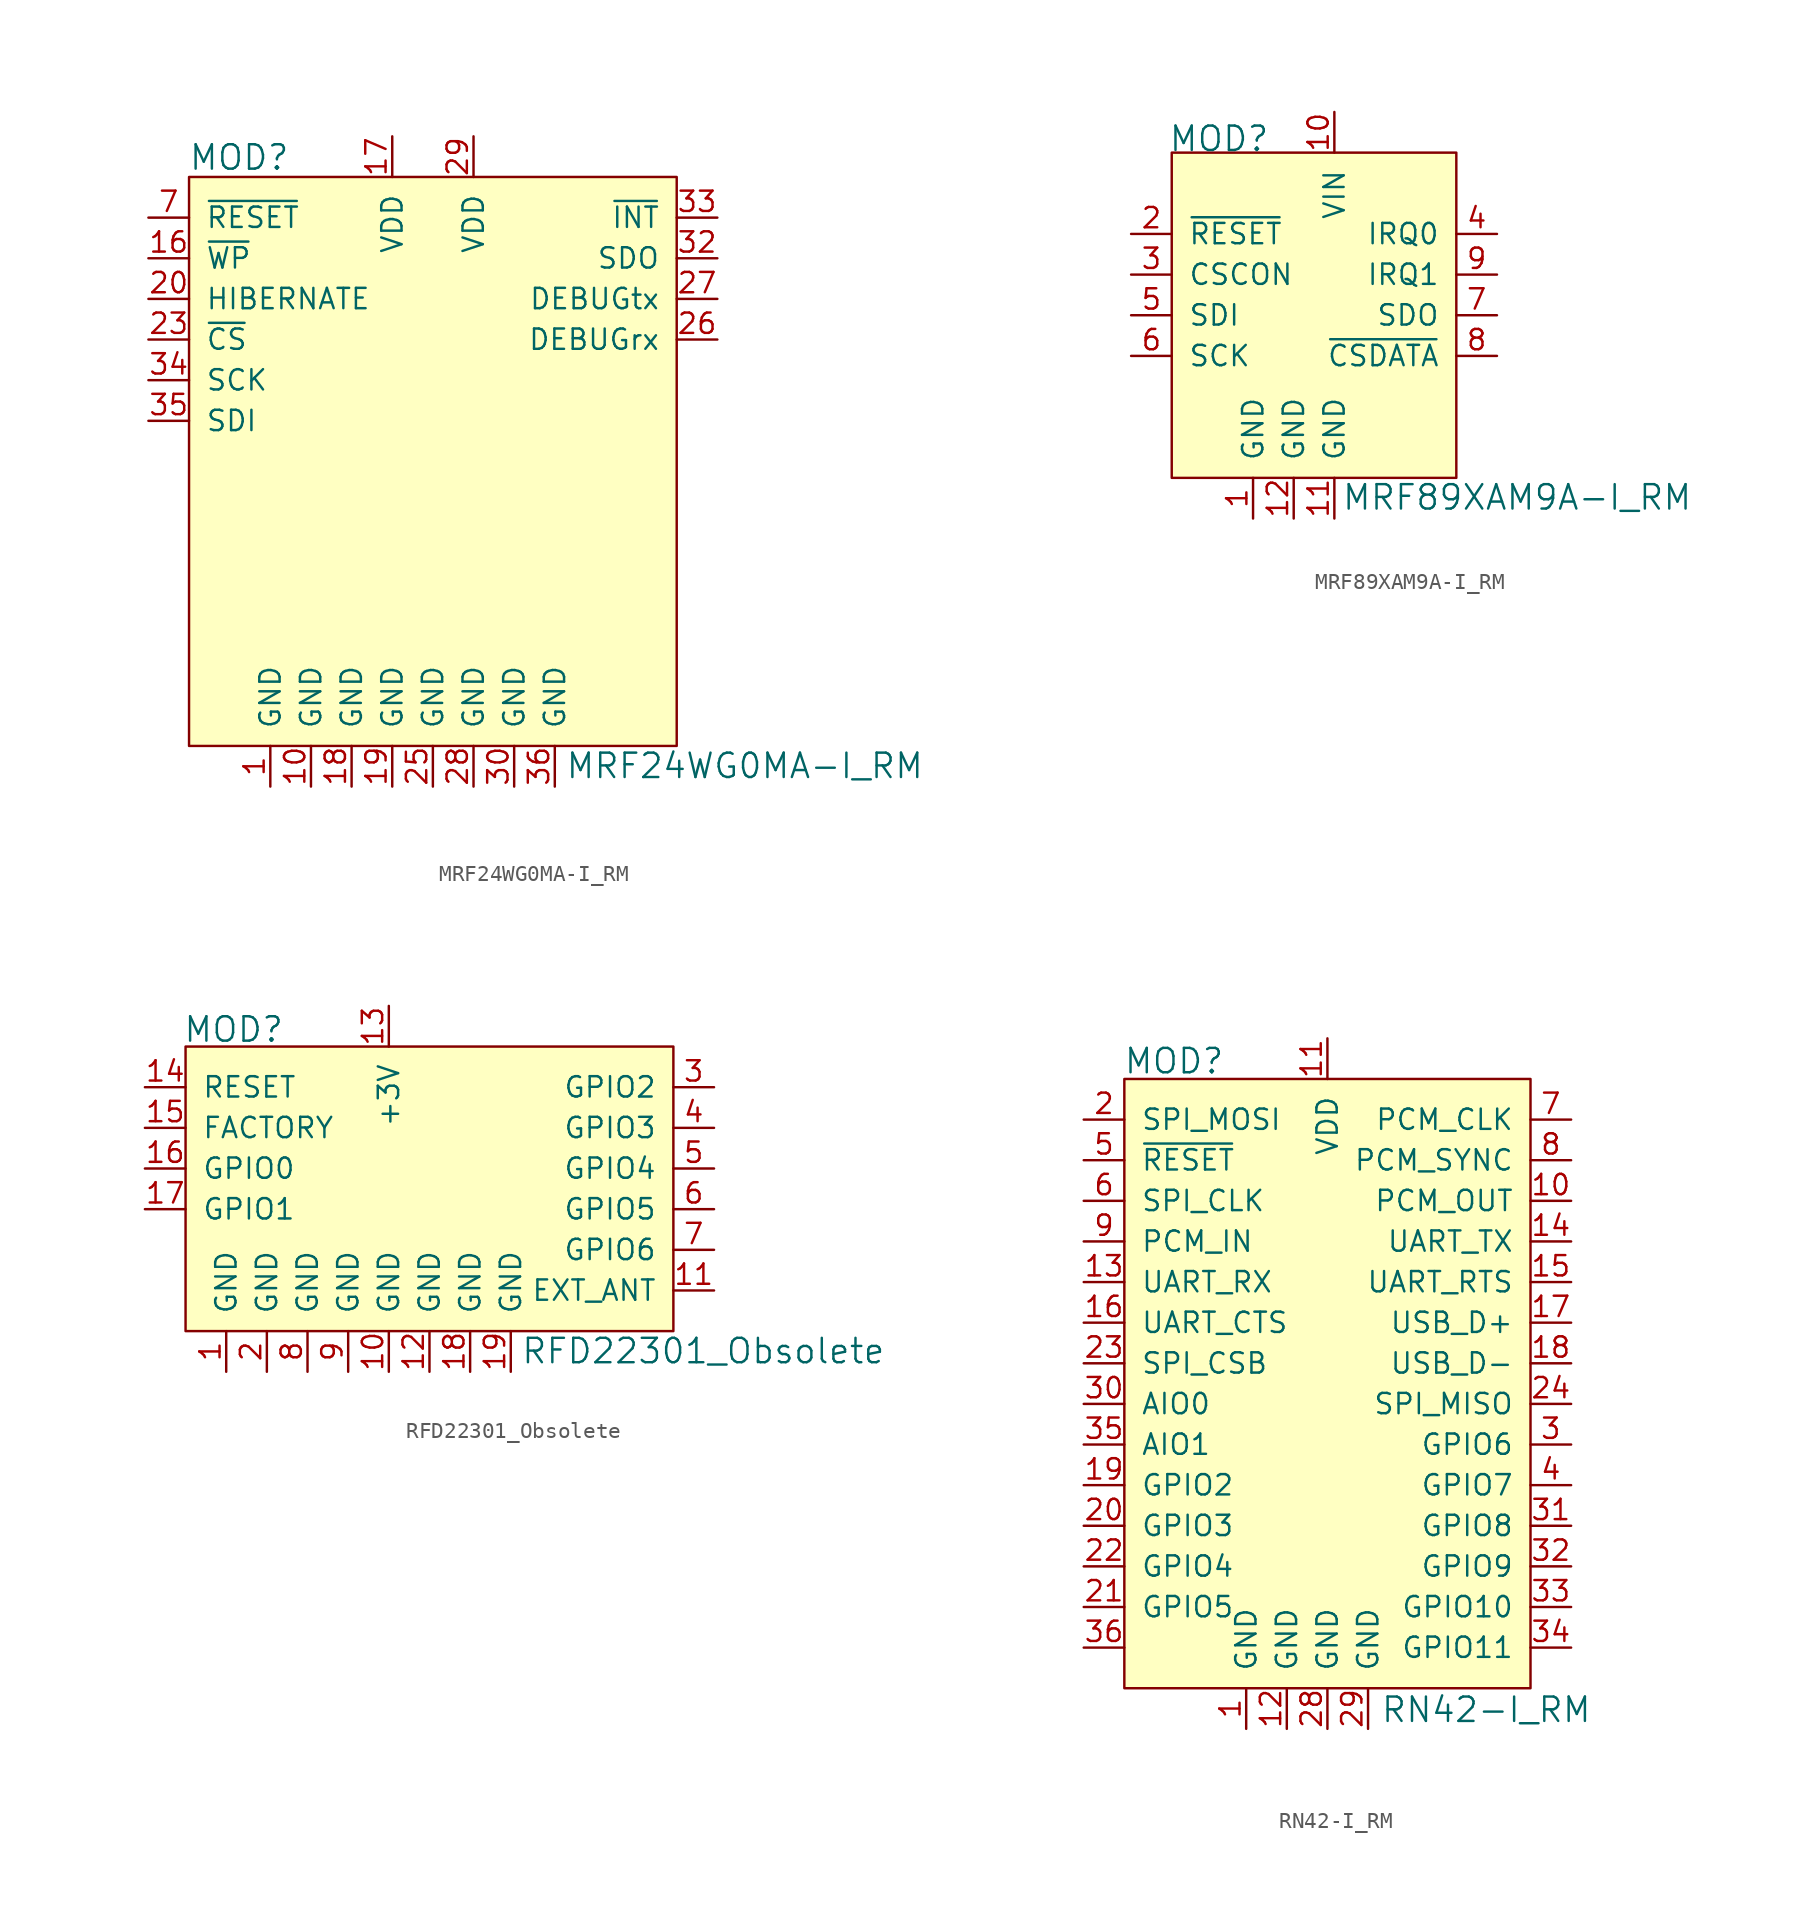
<source format=kicad_sym>
(kicad_symbol_lib
  (version 20211014)
  (generator kicad_symbol_editor)
  (symbol "MRF24WG0MA-I_RM"
    (pin_names
      (offset 1.016))
    (property "Reference" "MOD"
      (at -15.291 18.999 0)
      (effects (font (size 1.524 1.524)) (justify left)))
    (property "Value" "MRF24WG0MA-I_RM"
      (at 8.255 -19.025 0)
      (effects (font (size 1.524 1.524)) (justify left)))
    (symbol "MRF24WG0MA-I_RM_0_1"
      (rectangle (start -15.24 17.78) (end 15.24 -17.78) (stroke (width 0) (type default) (color 0 0 0 0)) (fill (type background))))
    (symbol "MRF24WG0MA-I_RM_1_1"
      (pin power_in line (at -10.16 -20.32 90) (length 2.54) (name "GND" (effects (font (size 1.27 1.27)))) (number "1" (effects (font (size 1.27 1.27)))))
      (pin power_in line (at -7.62 -20.32 90) (length 2.54) (name "GND" (effects (font (size 1.27 1.27)))) (number "10" (effects (font (size 1.27 1.27)))))
      (pin no_connect line (at 15.24 5.08 180) (length 2.54) hide (name "N.C." (effects (font (size 1.27 1.27)))) (number "11" (effects (font (size 1.27 1.27)))))
      (pin no_connect line (at 15.24 2.54 180) (length 2.54) hide (name "N.C." (effects (font (size 1.27 1.27)))) (number "12" (effects (font (size 1.27 1.27)))))
      (pin no_connect line (at 15.24 0 180) (length 2.54) hide (name "N.C." (effects (font (size 1.27 1.27)))) (number "13" (effects (font (size 1.27 1.27)))))
      (pin no_connect line (at 15.24 -2.54 180) (length 2.54) hide (name "N.C." (effects (font (size 1.27 1.27)))) (number "14" (effects (font (size 1.27 1.27)))))
      (pin no_connect line (at 15.24 -5.08 180) (length 2.54) hide (name "N.C." (effects (font (size 1.27 1.27)))) (number "15" (effects (font (size 1.27 1.27)))))
      (pin input line (at -17.78 12.7 0) (length 2.54) (name "~{WP}" (effects (font (size 1.27 1.27)))) (number "16" (effects (font (size 1.27 1.27)))))
      (pin power_in line (at -2.54 20.32 270) (length 2.54) (name "VDD" (effects (font (size 1.27 1.27)))) (number "17" (effects (font (size 1.27 1.27)))))
      (pin power_in line (at -5.08 -20.32 90) (length 2.54) (name "GND" (effects (font (size 1.27 1.27)))) (number "18" (effects (font (size 1.27 1.27)))))
      (pin power_in line (at -2.54 -20.32 90) (length 2.54) (name "GND" (effects (font (size 1.27 1.27)))) (number "19" (effects (font (size 1.27 1.27)))))
      (pin no_connect line (at -15.24 0 0) (length 2.54) hide (name "N.C." (effects (font (size 1.27 1.27)))) (number "2" (effects (font (size 1.27 1.27)))))
      (pin input line (at -17.78 10.16 0) (length 2.54) (name "HIBERNATE" (effects (font (size 1.27 1.27)))) (number "20" (effects (font (size 1.27 1.27)))))
      (pin no_connect line (at 15.24 -15.24 180) (length 2.54) hide (name "N.C." (effects (font (size 1.27 1.27)))) (number "21" (effects (font (size 1.27 1.27)))))
      (pin no_connect line (at 15.24 -12.7 180) (length 2.54) hide (name "N.C." (effects (font (size 1.27 1.27)))) (number "22" (effects (font (size 1.27 1.27)))))
      (pin input line (at -17.78 7.62 0) (length 2.54) (name "~{CS}" (effects (font (size 1.27 1.27)))) (number "23" (effects (font (size 1.27 1.27)))))
      (pin no_connect line (at 15.24 -10.16 180) (length 2.54) hide (name "N.C." (effects (font (size 1.27 1.27)))) (number "24" (effects (font (size 1.27 1.27)))))
      (pin power_in line (at 0 -20.32 90) (length 2.54) (name "GND" (effects (font (size 1.27 1.27)))) (number "25" (effects (font (size 1.27 1.27)))))
      (pin input line (at 17.78 7.62 180) (length 2.54) (name "DEBUGrx" (effects (font (size 1.27 1.27)))) (number "26" (effects (font (size 1.27 1.27)))))
      (pin output line (at 17.78 10.16 180) (length 2.54) (name "DEBUGtx" (effects (font (size 1.27 1.27)))) (number "27" (effects (font (size 1.27 1.27)))))
      (pin power_in line (at 2.54 -20.32 90) (length 2.54) (name "GND" (effects (font (size 1.27 1.27)))) (number "28" (effects (font (size 1.27 1.27)))))
      (pin power_in line (at 2.54 20.32 270) (length 2.54) (name "VDD" (effects (font (size 1.27 1.27)))) (number "29" (effects (font (size 1.27 1.27)))))
      (pin no_connect line (at -15.24 -2.54 0) (length 2.54) hide (name "N.C." (effects (font (size 1.27 1.27)))) (number "3" (effects (font (size 1.27 1.27)))))
      (pin power_in line (at 5.08 -20.32 90) (length 2.54) (name "GND" (effects (font (size 1.27 1.27)))) (number "30" (effects (font (size 1.27 1.27)))))
      (pin no_connect line (at 15.24 -7.62 180) (length 2.54) hide (name "N.C." (effects (font (size 1.27 1.27)))) (number "31" (effects (font (size 1.27 1.27)))))
      (pin output line (at 17.78 12.7 180) (length 2.54) (name "SDO" (effects (font (size 1.27 1.27)))) (number "32" (effects (font (size 1.27 1.27)))))
      (pin output line (at 17.78 15.24 180) (length 2.54) (name "~{INT}" (effects (font (size 1.27 1.27)))) (number "33" (effects (font (size 1.27 1.27)))))
      (pin input line (at -17.78 5.08 0) (length 2.54) (name "SCK" (effects (font (size 1.27 1.27)))) (number "34" (effects (font (size 1.27 1.27)))))
      (pin input line (at -17.78 2.54 0) (length 2.54) (name "SDI" (effects (font (size 1.27 1.27)))) (number "35" (effects (font (size 1.27 1.27)))))
      (pin power_in line (at 7.62 -20.32 90) (length 2.54) (name "GND" (effects (font (size 1.27 1.27)))) (number "36" (effects (font (size 1.27 1.27)))))
      (pin no_connect line (at -15.24 -5.08 0) (length 2.54) hide (name "N.C." (effects (font (size 1.27 1.27)))) (number "4" (effects (font (size 1.27 1.27)))))
      (pin no_connect line (at -15.24 -7.62 0) (length 2.54) hide (name "N.C." (effects (font (size 1.27 1.27)))) (number "5" (effects (font (size 1.27 1.27)))))
      (pin no_connect line (at -15.24 -10.16 0) (length 2.54) hide (name "N.C." (effects (font (size 1.27 1.27)))) (number "6" (effects (font (size 1.27 1.27)))))
      (pin input line (at -17.78 15.24 0) (length 2.54) (name "~{RESET}" (effects (font (size 1.27 1.27)))) (number "7" (effects (font (size 1.27 1.27)))))
      (pin no_connect line (at -15.24 -12.7 0) (length 2.54) hide (name "N.C." (effects (font (size 1.27 1.27)))) (number "8" (effects (font (size 1.27 1.27)))))
      (pin no_connect line (at -15.24 -15.24 0) (length 2.54) hide (name "N.C." (effects (font (size 1.27 1.27)))) (number "9" (effects (font (size 1.27 1.27)))))))
  (symbol "MRF89XAM9A-I_RM"
    (pin_names
      (offset 1.016))
    (property "Reference" "MOD"
      (at -10.389 11.024 0)
      (effects (font (size 1.524 1.524)) (justify left)))
    (property "Value" "MRF89XAM9A-I_RM"
      (at 0.432 -11.379 0)
      (effects (font (size 1.524 1.524)) (justify left)))
    (symbol "MRF89XAM9A-I_RM_1_1"
      (rectangle (start -10.16 10.16) (end 7.62 -10.16) (stroke (width 0) (type default) (color 0 0 0 0)) (fill (type background)))
      (pin power_in line (at -5.08 -12.7 90) (length 2.54) (name "GND" (effects (font (size 1.27 1.27)))) (number "1" (effects (font (size 1.27 1.27)))))
      (pin power_in line (at 0 12.7 270) (length 2.54) (name "VIN" (effects (font (size 1.27 1.27)))) (number "10" (effects (font (size 1.27 1.27)))))
      (pin power_in line (at 0 -12.7 90) (length 2.54) (name "GND" (effects (font (size 1.27 1.27)))) (number "11" (effects (font (size 1.27 1.27)))))
      (pin power_in line (at -2.54 -12.7 90) (length 2.54) (name "GND" (effects (font (size 1.27 1.27)))) (number "12" (effects (font (size 1.27 1.27)))))
      (pin input line (at -12.7 5.08 0) (length 2.54) (name "~{RESET}" (effects (font (size 1.27 1.27)))) (number "2" (effects (font (size 1.27 1.27)))))
      (pin bidirectional line (at -12.7 2.54 0) (length 2.54) (name "CSCON" (effects (font (size 1.27 1.27)))) (number "3" (effects (font (size 1.27 1.27)))))
      (pin output line (at 10.16 5.08 180) (length 2.54) (name "IRQ0" (effects (font (size 1.27 1.27)))) (number "4" (effects (font (size 1.27 1.27)))))
      (pin input line (at -12.7 0 0) (length 2.54) (name "SDI" (effects (font (size 1.27 1.27)))) (number "5" (effects (font (size 1.27 1.27)))))
      (pin input line (at -12.7 -2.54 0) (length 2.54) (name "SCK" (effects (font (size 1.27 1.27)))) (number "6" (effects (font (size 1.27 1.27)))))
      (pin output line (at 10.16 0 180) (length 2.54) (name "SDO" (effects (font (size 1.27 1.27)))) (number "7" (effects (font (size 1.27 1.27)))))
      (pin bidirectional line (at 10.16 -2.54 180) (length 2.54) (name "~{CSDATA}" (effects (font (size 1.27 1.27)))) (number "8" (effects (font (size 1.27 1.27)))))
      (pin output line (at 10.16 2.54 180) (length 2.54) (name "IRQ1" (effects (font (size 1.27 1.27)))) (number "9" (effects (font (size 1.27 1.27)))))))
  (symbol "RFD22301_Obsolete"
    (pin_names
      (offset 1.016))
    (property "Reference" "MOD"
      (at -15.418 11.227 0)
      (effects (font (size 1.524 1.524)) (justify left)))
    (property "Value" "RFD22301_Obsolete"
      (at 5.69 -8.865 0)
      (effects (font (size 1.524 1.524)) (justify left)))
    (symbol "RFD22301_Obsolete_1_0"
      (pin bidirectional line (at 17.78 0 180) (length 2.54) (name "GPIO5" (effects (font (size 1.27 1.27)))) (number "6" (effects (font (size 1.27 1.27))))))
    (symbol "RFD22301_Obsolete_1_1"
      (rectangle (start -15.24 10.16) (end 15.24 -7.62) (stroke (width 0) (type default) (color 0 0 0 0)) (fill (type background)))
      (pin power_in line (at -12.7 -10.16 90) (length 2.54) (name "GND" (effects (font (size 1.27 1.27)))) (number "1" (effects (font (size 1.27 1.27)))))
      (pin power_in line (at -2.54 -10.16 90) (length 2.54) (name "GND" (effects (font (size 1.27 1.27)))) (number "10" (effects (font (size 1.27 1.27)))))
      (pin bidirectional line (at 17.78 -5.08 180) (length 2.54) (name "EXT_ANT" (effects (font (size 1.27 1.27)))) (number "11" (effects (font (size 1.27 1.27)))))
      (pin power_in line (at 0 -10.16 90) (length 2.54) (name "GND" (effects (font (size 1.27 1.27)))) (number "12" (effects (font (size 1.27 1.27)))))
      (pin power_in line (at -2.54 12.7 270) (length 2.54) (name "+3V" (effects (font (size 1.27 1.27)))) (number "13" (effects (font (size 1.27 1.27)))))
      (pin input line (at -17.78 7.62 0) (length 2.54) (name "RESET" (effects (font (size 1.27 1.27)))) (number "14" (effects (font (size 1.27 1.27)))))
      (pin input line (at -17.78 5.08 0) (length 2.54) (name "FACTORY" (effects (font (size 1.27 1.27)))) (number "15" (effects (font (size 1.27 1.27)))))
      (pin bidirectional line (at -17.78 2.54 0) (length 2.54) (name "GPIO0" (effects (font (size 1.27 1.27)))) (number "16" (effects (font (size 1.27 1.27)))))
      (pin bidirectional line (at -17.78 0 0) (length 2.54) (name "GPIO1" (effects (font (size 1.27 1.27)))) (number "17" (effects (font (size 1.27 1.27)))))
      (pin power_in line (at 2.54 -10.16 90) (length 2.54) (name "GND" (effects (font (size 1.27 1.27)))) (number "18" (effects (font (size 1.27 1.27)))))
      (pin power_in line (at 5.08 -10.16 90) (length 2.54) (name "GND" (effects (font (size 1.27 1.27)))) (number "19" (effects (font (size 1.27 1.27)))))
      (pin power_in line (at -10.16 -10.16 90) (length 2.54) (name "GND" (effects (font (size 1.27 1.27)))) (number "2" (effects (font (size 1.27 1.27)))))
      (pin bidirectional line (at 17.78 7.62 180) (length 2.54) (name "GPIO2" (effects (font (size 1.27 1.27)))) (number "3" (effects (font (size 1.27 1.27)))))
      (pin bidirectional line (at 17.78 5.08 180) (length 2.54) (name "GPIO3" (effects (font (size 1.27 1.27)))) (number "4" (effects (font (size 1.27 1.27)))))
      (pin bidirectional line (at 17.78 2.54 180) (length 2.54) (name "GPIO4" (effects (font (size 1.27 1.27)))) (number "5" (effects (font (size 1.27 1.27)))))
      (pin bidirectional line (at 17.78 -2.54 180) (length 2.54) (name "GPIO6" (effects (font (size 1.27 1.27)))) (number "7" (effects (font (size 1.27 1.27)))))
      (pin power_in line (at -7.62 -10.16 90) (length 2.54) (name "GND" (effects (font (size 1.27 1.27)))) (number "8" (effects (font (size 1.27 1.27)))))
      (pin power_in line (at -5.08 -10.16 90) (length 2.54) (name "GND" (effects (font (size 1.27 1.27)))) (number "9" (effects (font (size 1.27 1.27)))))))
  (symbol "RN42-I_RM"
    (pin_names
      (offset 1.016))
    (property "Reference" "MOD"
      (at -12.776 29.058 0)
      (effects (font (size 1.524 1.524)) (justify left)))
    (property "Value" "RN42-I_RM"
      (at 3.302 -11.506 0)
      (effects (font (size 1.524 1.524)) (justify left)))
    (symbol "RN42-I_RM_0_1"
      (rectangle (start -12.7 27.94) (end 12.7 -10.16) (stroke (width 0) (type default) (color 0 0 0 0)) (fill (type background))))
    (symbol "RN42-I_RM_1_0"
      (pin unspecified line (at -15.24 -7.62 0) (length 2.54) (name "~" (effects (font (size 1.27 1.27)))) (number "36" (effects (font (size 1.27 1.27))))))
    (symbol "RN42-I_RM_1_1"
      (pin power_in line (at -5.08 -12.7 90) (length 2.54) (name "GND" (effects (font (size 1.27 1.27)))) (number "1" (effects (font (size 1.27 1.27)))))
      (pin output line (at 15.24 20.32 180) (length 2.54) (name "PCM_OUT" (effects (font (size 1.27 1.27)))) (number "10" (effects (font (size 1.27 1.27)))))
      (pin power_in line (at 0 30.48 270) (length 2.54) (name "VDD" (effects (font (size 1.27 1.27)))) (number "11" (effects (font (size 1.27 1.27)))))
      (pin power_in line (at -2.54 -12.7 90) (length 2.54) (name "GND" (effects (font (size 1.27 1.27)))) (number "12" (effects (font (size 1.27 1.27)))))
      (pin input line (at -15.24 15.24 0) (length 2.54) (name "UART_RX" (effects (font (size 1.27 1.27)))) (number "13" (effects (font (size 1.27 1.27)))))
      (pin output line (at 15.24 17.78 180) (length 2.54) (name "UART_TX" (effects (font (size 1.27 1.27)))) (number "14" (effects (font (size 1.27 1.27)))))
      (pin output line (at 15.24 15.24 180) (length 2.54) (name "UART_RTS" (effects (font (size 1.27 1.27)))) (number "15" (effects (font (size 1.27 1.27)))))
      (pin input line (at -15.24 12.7 0) (length 2.54) (name "UART_CTS" (effects (font (size 1.27 1.27)))) (number "16" (effects (font (size 1.27 1.27)))))
      (pin bidirectional line (at 15.24 12.7 180) (length 2.54) (name "USB_D+" (effects (font (size 1.27 1.27)))) (number "17" (effects (font (size 1.27 1.27)))))
      (pin bidirectional line (at 15.24 10.16 180) (length 2.54) (name "USB_D-" (effects (font (size 1.27 1.27)))) (number "18" (effects (font (size 1.27 1.27)))))
      (pin bidirectional line (at -15.24 2.54 0) (length 2.54) (name "GPIO2" (effects (font (size 1.27 1.27)))) (number "19" (effects (font (size 1.27 1.27)))))
      (pin input line (at -15.24 25.4 0) (length 2.54) (name "SPI_MOSI" (effects (font (size 1.27 1.27)))) (number "2" (effects (font (size 1.27 1.27)))))
      (pin bidirectional line (at -15.24 0 0) (length 2.54) (name "GPIO3" (effects (font (size 1.27 1.27)))) (number "20" (effects (font (size 1.27 1.27)))))
      (pin bidirectional line (at -15.24 -5.08 0) (length 2.54) (name "GPIO5" (effects (font (size 1.27 1.27)))) (number "21" (effects (font (size 1.27 1.27)))))
      (pin bidirectional line (at -15.24 -2.54 0) (length 2.54) (name "GPIO4" (effects (font (size 1.27 1.27)))) (number "22" (effects (font (size 1.27 1.27)))))
      (pin bidirectional line (at -15.24 10.16 0) (length 2.54) (name "SPI_CSB" (effects (font (size 1.27 1.27)))) (number "23" (effects (font (size 1.27 1.27)))))
      (pin bidirectional line (at 15.24 7.62 180) (length 2.54) (name "SPI_MISO" (effects (font (size 1.27 1.27)))) (number "24" (effects (font (size 1.27 1.27)))))
      (pin power_in line (at 0 -12.7 90) (length 2.54) (name "GND" (effects (font (size 1.27 1.27)))) (number "28" (effects (font (size 1.27 1.27)))))
      (pin power_in line (at 2.54 -12.7 90) (length 2.54) (name "GND" (effects (font (size 1.27 1.27)))) (number "29" (effects (font (size 1.27 1.27)))))
      (pin input line (at 15.24 5.08 180) (length 2.54) (name "GPIO6" (effects (font (size 1.27 1.27)))) (number "3" (effects (font (size 1.27 1.27)))))
      (pin input line (at -15.24 7.62 0) (length 2.54) (name "AIO0" (effects (font (size 1.27 1.27)))) (number "30" (effects (font (size 1.27 1.27)))))
      (pin output line (at 15.24 0 180) (length 2.54) (name "GPIO8" (effects (font (size 1.27 1.27)))) (number "31" (effects (font (size 1.27 1.27)))))
      (pin bidirectional line (at 15.24 -2.54 180) (length 2.54) (name "GPIO9" (effects (font (size 1.27 1.27)))) (number "32" (effects (font (size 1.27 1.27)))))
      (pin bidirectional line (at 15.24 -5.08 180) (length 2.54) (name "GPIO10" (effects (font (size 1.27 1.27)))) (number "33" (effects (font (size 1.27 1.27)))))
      (pin bidirectional line (at 15.24 -7.62 180) (length 2.54) (name "GPIO11" (effects (font (size 1.27 1.27)))) (number "34" (effects (font (size 1.27 1.27)))))
      (pin input line (at -15.24 5.08 0) (length 2.54) (name "AIO1" (effects (font (size 1.27 1.27)))) (number "35" (effects (font (size 1.27 1.27)))))
      (pin bidirectional line (at 15.24 2.54 180) (length 2.54) (name "GPIO7" (effects (font (size 1.27 1.27)))) (number "4" (effects (font (size 1.27 1.27)))))
      (pin input line (at -15.24 22.86 0) (length 2.54) (name "~{RESET}" (effects (font (size 1.27 1.27)))) (number "5" (effects (font (size 1.27 1.27)))))
      (pin input line (at -15.24 20.32 0) (length 2.54) (name "SPI_CLK" (effects (font (size 1.27 1.27)))) (number "6" (effects (font (size 1.27 1.27)))))
      (pin bidirectional line (at 15.24 25.4 180) (length 2.54) (name "PCM_CLK" (effects (font (size 1.27 1.27)))) (number "7" (effects (font (size 1.27 1.27)))))
      (pin bidirectional line (at 15.24 22.86 180) (length 2.54) (name "PCM_SYNC" (effects (font (size 1.27 1.27)))) (number "8" (effects (font (size 1.27 1.27)))))
      (pin input line (at -15.24 17.78 0) (length 2.54) (name "PCM_IN" (effects (font (size 1.27 1.27)))) (number "9" (effects (font (size 1.27 1.27))))))))
</source>
